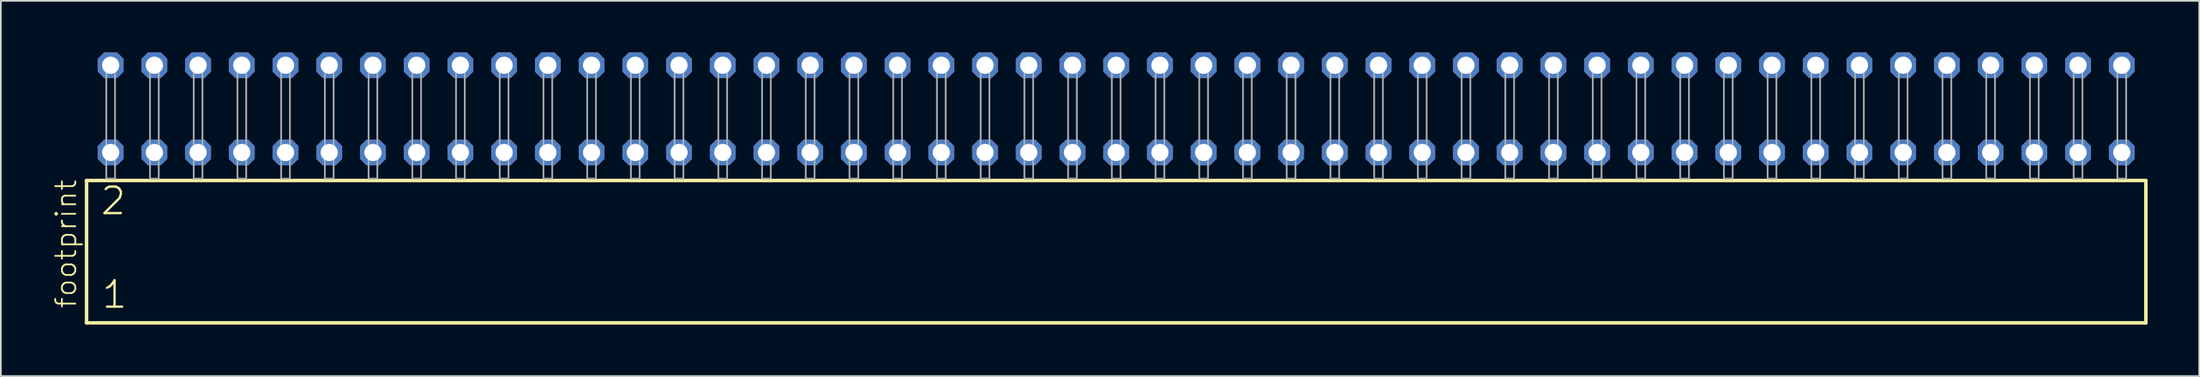
<source format=kicad_pcb>
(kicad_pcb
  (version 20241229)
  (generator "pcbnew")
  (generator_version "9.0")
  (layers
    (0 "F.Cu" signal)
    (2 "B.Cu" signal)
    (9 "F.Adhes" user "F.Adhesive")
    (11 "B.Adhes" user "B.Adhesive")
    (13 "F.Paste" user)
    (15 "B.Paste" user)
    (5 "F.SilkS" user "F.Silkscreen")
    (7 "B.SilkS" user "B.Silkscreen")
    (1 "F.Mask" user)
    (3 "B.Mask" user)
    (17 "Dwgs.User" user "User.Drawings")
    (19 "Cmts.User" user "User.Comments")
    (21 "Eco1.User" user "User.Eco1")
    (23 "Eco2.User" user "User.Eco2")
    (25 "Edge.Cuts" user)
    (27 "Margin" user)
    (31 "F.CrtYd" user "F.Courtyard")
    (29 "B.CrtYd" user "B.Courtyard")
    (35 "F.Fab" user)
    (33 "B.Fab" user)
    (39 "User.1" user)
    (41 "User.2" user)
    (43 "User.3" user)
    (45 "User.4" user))
  (footprint "footprint"
    (layer "F.Cu")
    (at 61.798 7.354)
    (property "Reference" "footprint" (at -60.325 7.62 90) (layer "F.SilkS") (effects (font (size 1.168 1.168) (thickness 0.102)) (justify left bottom)))
    (fp_line (start -59.819 0.106) (end -59.819 8.396) (stroke (width 0.203) (type solid)) (layer "F.SilkS"))
    (fp_line (start -59.819 8.396) (end 59.819 8.396) (stroke (width 0.203) (type solid)) (layer "F.SilkS"))
    (fp_line (start 59.819 0.106) (end -59.819 0.106) (stroke (width 0.203) (type solid)) (layer "F.SilkS"))
    (fp_line (start 59.819 8.396) (end 59.819 0.106) (stroke (width 0.203) (type solid)) (layer "F.SilkS"))
    (fp_poly (pts (xy -58.674 0) (xy -58.166 0) (xy -58.166 -6.858) (xy -58.674 -6.858)) (stroke (width 0.1) (type solid)) (fill no) (layer "F.Fab"))
    (fp_poly (pts (xy -56.134 0) (xy -55.626 0) (xy -55.626 -6.858) (xy -56.134 -6.858)) (stroke (width 0.1) (type solid)) (fill no) (layer "F.Fab"))
    (fp_poly (pts (xy -53.594 0) (xy -53.086 0) (xy -53.086 -6.858) (xy -53.594 -6.858)) (stroke (width 0.1) (type solid)) (fill no) (layer "F.Fab"))
    (fp_poly (pts (xy -51.054 0) (xy -50.546 0) (xy -50.546 -6.858) (xy -51.054 -6.858)) (stroke (width 0.1) (type solid)) (fill no) (layer "F.Fab"))
    (fp_poly (pts (xy -48.514 0) (xy -48.006 0) (xy -48.006 -6.858) (xy -48.514 -6.858)) (stroke (width 0.1) (type solid)) (fill no) (layer "F.Fab"))
    (fp_poly (pts (xy -45.974 0) (xy -45.466 0) (xy -45.466 -6.858) (xy -45.974 -6.858)) (stroke (width 0.1) (type solid)) (fill no) (layer "F.Fab"))
    (fp_poly (pts (xy -43.434 0) (xy -42.926 0) (xy -42.926 -6.858) (xy -43.434 -6.858)) (stroke (width 0.1) (type solid)) (fill no) (layer "F.Fab"))
    (fp_poly (pts (xy -40.894 0) (xy -40.386 0) (xy -40.386 -6.858) (xy -40.894 -6.858)) (stroke (width 0.1) (type solid)) (fill no) (layer "F.Fab"))
    (fp_poly (pts (xy -38.354 0) (xy -37.846 0) (xy -37.846 -6.858) (xy -38.354 -6.858)) (stroke (width 0.1) (type solid)) (fill no) (layer "F.Fab"))
    (fp_poly (pts (xy -35.814 0) (xy -35.306 0) (xy -35.306 -6.858) (xy -35.814 -6.858)) (stroke (width 0.1) (type solid)) (fill no) (layer "F.Fab"))
    (fp_poly (pts (xy -33.274 0) (xy -32.766 0) (xy -32.766 -6.858) (xy -33.274 -6.858)) (stroke (width 0.1) (type solid)) (fill no) (layer "F.Fab"))
    (fp_poly (pts (xy -30.734 0) (xy -30.226 0) (xy -30.226 -6.858) (xy -30.734 -6.858)) (stroke (width 0.1) (type solid)) (fill no) (layer "F.Fab"))
    (fp_poly (pts (xy -28.194 0) (xy -27.686 0) (xy -27.686 -6.858) (xy -28.194 -6.858)) (stroke (width 0.1) (type solid)) (fill no) (layer "F.Fab"))
    (fp_poly (pts (xy -25.654 0) (xy -25.146 0) (xy -25.146 -6.858) (xy -25.654 -6.858)) (stroke (width 0.1) (type solid)) (fill no) (layer "F.Fab"))
    (fp_poly (pts (xy -23.114 0) (xy -22.606 0) (xy -22.606 -6.858) (xy -23.114 -6.858)) (stroke (width 0.1) (type solid)) (fill no) (layer "F.Fab"))
    (fp_poly (pts (xy -20.574 0) (xy -20.066 0) (xy -20.066 -6.858) (xy -20.574 -6.858)) (stroke (width 0.1) (type solid)) (fill no) (layer "F.Fab"))
    (fp_poly (pts (xy -18.034 0) (xy -17.526 0) (xy -17.526 -6.858) (xy -18.034 -6.858)) (stroke (width 0.1) (type solid)) (fill no) (layer "F.Fab"))
    (fp_poly (pts (xy -15.494 0) (xy -14.986 0) (xy -14.986 -6.858) (xy -15.494 -6.858)) (stroke (width 0.1) (type solid)) (fill no) (layer "F.Fab"))
    (fp_poly (pts (xy -12.954 0) (xy -12.446 0) (xy -12.446 -6.858) (xy -12.954 -6.858)) (stroke (width 0.1) (type solid)) (fill no) (layer "F.Fab"))
    (fp_poly (pts (xy -10.414 0) (xy -9.906 0) (xy -9.906 -6.858) (xy -10.414 -6.858)) (stroke (width 0.1) (type solid)) (fill no) (layer "F.Fab"))
    (fp_poly (pts (xy -7.874 0) (xy -7.366 0) (xy -7.366 -6.858) (xy -7.874 -6.858)) (stroke (width 0.1) (type solid)) (fill no) (layer "F.Fab"))
    (fp_poly (pts (xy -5.334 0) (xy -4.826 0) (xy -4.826 -6.858) (xy -5.334 -6.858)) (stroke (width 0.1) (type solid)) (fill no) (layer "F.Fab"))
    (fp_poly (pts (xy -2.794 0) (xy -2.286 0) (xy -2.286 -6.858) (xy -2.794 -6.858)) (stroke (width 0.1) (type solid)) (fill no) (layer "F.Fab"))
    (fp_poly (pts (xy -0.254 0) (xy 0.254 0) (xy 0.254 -6.858) (xy -0.254 -6.858)) (stroke (width 0.1) (type solid)) (fill no) (layer "F.Fab"))
    (fp_poly (pts (xy 2.286 0) (xy 2.794 0) (xy 2.794 -6.858) (xy 2.286 -6.858)) (stroke (width 0.1) (type solid)) (fill no) (layer "F.Fab"))
    (fp_poly (pts (xy 4.826 0) (xy 5.334 0) (xy 5.334 -6.858) (xy 4.826 -6.858)) (stroke (width 0.1) (type solid)) (fill no) (layer "F.Fab"))
    (fp_poly (pts (xy 7.366 0) (xy 7.874 0) (xy 7.874 -6.858) (xy 7.366 -6.858)) (stroke (width 0.1) (type solid)) (fill no) (layer "F.Fab"))
    (fp_poly (pts (xy 9.906 0) (xy 10.414 0) (xy 10.414 -6.858) (xy 9.906 -6.858)) (stroke (width 0.1) (type solid)) (fill no) (layer "F.Fab"))
    (fp_poly (pts (xy 12.446 0) (xy 12.954 0) (xy 12.954 -6.858) (xy 12.446 -6.858)) (stroke (width 0.1) (type solid)) (fill no) (layer "F.Fab"))
    (fp_poly (pts (xy 14.986 0) (xy 15.494 0) (xy 15.494 -6.858) (xy 14.986 -6.858)) (stroke (width 0.1) (type solid)) (fill no) (layer "F.Fab"))
    (fp_poly (pts (xy 17.526 0) (xy 18.034 0) (xy 18.034 -6.858) (xy 17.526 -6.858)) (stroke (width 0.1) (type solid)) (fill no) (layer "F.Fab"))
    (fp_poly (pts (xy 20.066 0) (xy 20.574 0) (xy 20.574 -6.858) (xy 20.066 -6.858)) (stroke (width 0.1) (type solid)) (fill no) (layer "F.Fab"))
    (fp_poly (pts (xy 22.606 0) (xy 23.114 0) (xy 23.114 -6.858) (xy 22.606 -6.858)) (stroke (width 0.1) (type solid)) (fill no) (layer "F.Fab"))
    (fp_poly (pts (xy 25.146 0) (xy 25.654 0) (xy 25.654 -6.858) (xy 25.146 -6.858)) (stroke (width 0.1) (type solid)) (fill no) (layer "F.Fab"))
    (fp_poly (pts (xy 27.686 0) (xy 28.194 0) (xy 28.194 -6.858) (xy 27.686 -6.858)) (stroke (width 0.1) (type solid)) (fill no) (layer "F.Fab"))
    (fp_poly (pts (xy 30.226 0) (xy 30.734 0) (xy 30.734 -6.858) (xy 30.226 -6.858)) (stroke (width 0.1) (type solid)) (fill no) (layer "F.Fab"))
    (fp_poly (pts (xy 32.766 0) (xy 33.274 0) (xy 33.274 -6.858) (xy 32.766 -6.858)) (stroke (width 0.1) (type solid)) (fill no) (layer "F.Fab"))
    (fp_poly (pts (xy 35.306 0) (xy 35.814 0) (xy 35.814 -6.858) (xy 35.306 -6.858)) (stroke (width 0.1) (type solid)) (fill no) (layer "F.Fab"))
    (fp_poly (pts (xy 37.846 0) (xy 38.354 0) (xy 38.354 -6.858) (xy 37.846 -6.858)) (stroke (width 0.1) (type solid)) (fill no) (layer "F.Fab"))
    (fp_poly (pts (xy 40.386 0) (xy 40.894 0) (xy 40.894 -6.858) (xy 40.386 -6.858)) (stroke (width 0.1) (type solid)) (fill no) (layer "F.Fab"))
    (fp_poly (pts (xy 42.926 0) (xy 43.434 0) (xy 43.434 -6.858) (xy 42.926 -6.858)) (stroke (width 0.1) (type solid)) (fill no) (layer "F.Fab"))
    (fp_poly (pts (xy 45.466 0) (xy 45.974 0) (xy 45.974 -6.858) (xy 45.466 -6.858)) (stroke (width 0.1) (type solid)) (fill no) (layer "F.Fab"))
    (fp_poly (pts (xy 48.006 0) (xy 48.514 0) (xy 48.514 -6.858) (xy 48.006 -6.858)) (stroke (width 0.1) (type solid)) (fill no) (layer "F.Fab"))
    (fp_poly (pts (xy 50.546 0) (xy 51.054 0) (xy 51.054 -6.858) (xy 50.546 -6.858)) (stroke (width 0.1) (type solid)) (fill no) (layer "F.Fab"))
    (fp_poly (pts (xy 53.086 0) (xy 53.594 0) (xy 53.594 -6.858) (xy 53.086 -6.858)) (stroke (width 0.1) (type solid)) (fill no) (layer "F.Fab"))
    (fp_poly (pts (xy 55.626 0) (xy 56.134 0) (xy 56.134 -6.858) (xy 55.626 -6.858)) (stroke (width 0.1) (type solid)) (fill no) (layer "F.Fab"))
    (fp_poly (pts (xy 58.166 0) (xy 58.674 0) (xy 58.674 -6.858) (xy 58.166 -6.858)) (stroke (width 0.1) (type solid)) (fill no) (layer "F.Fab"))
    (fp_text user "1" (at -59.015 7.65 0) (layer "F.SilkS") (effects (font (size 1.542 1.542) (thickness 0.134)) (justify left bottom)))
    (fp_text user "2" (at -59.09 2.2 0) (layer "F.SilkS") (effects (font (size 1.542 1.542) (thickness 0.134)) (justify left bottom)))
    (pad "1" thru_hole roundrect (at -58.42 -1.524) (size 1.5 1.5) (drill 1) (layers "*.Cu" "*.Mask") (roundrect_rratio 0.25) (chamfer_ratio 0.25) (chamfer top_left top_right bottom_left bottom_right))
    (pad "2" thru_hole roundrect (at -58.42 -6.604) (size 1.5 1.5) (drill 1) (layers "*.Cu" "*.Mask") (roundrect_rratio 0.25) (chamfer_ratio 0.25) (chamfer top_left top_right bottom_left bottom_right))
    (pad "3" thru_hole roundrect (at -55.88 -1.524) (size 1.5 1.5) (drill 1) (layers "*.Cu" "*.Mask") (roundrect_rratio 0.25) (chamfer_ratio 0.25) (chamfer top_left top_right bottom_left bottom_right))
    (pad "4" thru_hole roundrect (at -55.88 -6.604) (size 1.5 1.5) (drill 1) (layers "*.Cu" "*.Mask") (roundrect_rratio 0.25) (chamfer_ratio 0.25) (chamfer top_left top_right bottom_left bottom_right))
    (pad "5" thru_hole roundrect (at -53.34 -1.524) (size 1.5 1.5) (drill 1) (layers "*.Cu" "*.Mask") (roundrect_rratio 0.25) (chamfer_ratio 0.25) (chamfer top_left top_right bottom_left bottom_right))
    (pad "6" thru_hole roundrect (at -53.34 -6.604) (size 1.5 1.5) (drill 1) (layers "*.Cu" "*.Mask") (roundrect_rratio 0.25) (chamfer_ratio 0.25) (chamfer top_left top_right bottom_left bottom_right))
    (pad "7" thru_hole roundrect (at -50.8 -1.524) (size 1.5 1.5) (drill 1) (layers "*.Cu" "*.Mask") (roundrect_rratio 0.25) (chamfer_ratio 0.25) (chamfer top_left top_right bottom_left bottom_right))
    (pad "8" thru_hole roundrect (at -50.8 -6.604) (size 1.5 1.5) (drill 1) (layers "*.Cu" "*.Mask") (roundrect_rratio 0.25) (chamfer_ratio 0.25) (chamfer top_left top_right bottom_left bottom_right))
    (pad "9" thru_hole roundrect (at -48.26 -1.524) (size 1.5 1.5) (drill 1) (layers "*.Cu" "*.Mask") (roundrect_rratio 0.25) (chamfer_ratio 0.25) (chamfer top_left top_right bottom_left bottom_right))
    (pad "10" thru_hole roundrect (at -48.26 -6.604) (size 1.5 1.5) (drill 1) (layers "*.Cu" "*.Mask") (roundrect_rratio 0.25) (chamfer_ratio 0.25) (chamfer top_left top_right bottom_left bottom_right))
    (pad "11" thru_hole roundrect (at -45.72 -1.524) (size 1.5 1.5) (drill 1) (layers "*.Cu" "*.Mask") (roundrect_rratio 0.25) (chamfer_ratio 0.25) (chamfer top_left top_right bottom_left bottom_right))
    (pad "12" thru_hole roundrect (at -45.72 -6.604) (size 1.5 1.5) (drill 1) (layers "*.Cu" "*.Mask") (roundrect_rratio 0.25) (chamfer_ratio 0.25) (chamfer top_left top_right bottom_left bottom_right))
    (pad "13" thru_hole roundrect (at -43.18 -1.524) (size 1.5 1.5) (drill 1) (layers "*.Cu" "*.Mask") (roundrect_rratio 0.25) (chamfer_ratio 0.25) (chamfer top_left top_right bottom_left bottom_right))
    (pad "14" thru_hole roundrect (at -43.18 -6.604) (size 1.5 1.5) (drill 1) (layers "*.Cu" "*.Mask") (roundrect_rratio 0.25) (chamfer_ratio 0.25) (chamfer top_left top_right bottom_left bottom_right))
    (pad "15" thru_hole roundrect (at -40.64 -1.524) (size 1.5 1.5) (drill 1) (layers "*.Cu" "*.Mask") (roundrect_rratio 0.25) (chamfer_ratio 0.25) (chamfer top_left top_right bottom_left bottom_right))
    (pad "16" thru_hole roundrect (at -40.64 -6.604) (size 1.5 1.5) (drill 1) (layers "*.Cu" "*.Mask") (roundrect_rratio 0.25) (chamfer_ratio 0.25) (chamfer top_left top_right bottom_left bottom_right))
    (pad "17" thru_hole roundrect (at -38.1 -1.524) (size 1.5 1.5) (drill 1) (layers "*.Cu" "*.Mask") (roundrect_rratio 0.25) (chamfer_ratio 0.25) (chamfer top_left top_right bottom_left bottom_right))
    (pad "18" thru_hole roundrect (at -38.1 -6.604) (size 1.5 1.5) (drill 1) (layers "*.Cu" "*.Mask") (roundrect_rratio 0.25) (chamfer_ratio 0.25) (chamfer top_left top_right bottom_left bottom_right))
    (pad "19" thru_hole roundrect (at -35.56 -1.524) (size 1.5 1.5) (drill 1) (layers "*.Cu" "*.Mask") (roundrect_rratio 0.25) (chamfer_ratio 0.25) (chamfer top_left top_right bottom_left bottom_right))
    (pad "20" thru_hole roundrect (at -35.56 -6.604) (size 1.5 1.5) (drill 1) (layers "*.Cu" "*.Mask") (roundrect_rratio 0.25) (chamfer_ratio 0.25) (chamfer top_left top_right bottom_left bottom_right))
    (pad "21" thru_hole roundrect (at -33.02 -1.524) (size 1.5 1.5) (drill 1) (layers "*.Cu" "*.Mask") (roundrect_rratio 0.25) (chamfer_ratio 0.25) (chamfer top_left top_right bottom_left bottom_right))
    (pad "22" thru_hole roundrect (at -33.02 -6.604) (size 1.5 1.5) (drill 1) (layers "*.Cu" "*.Mask") (roundrect_rratio 0.25) (chamfer_ratio 0.25) (chamfer top_left top_right bottom_left bottom_right))
    (pad "23" thru_hole roundrect (at -30.48 -1.524) (size 1.5 1.5) (drill 1) (layers "*.Cu" "*.Mask") (roundrect_rratio 0.25) (chamfer_ratio 0.25) (chamfer top_left top_right bottom_left bottom_right))
    (pad "24" thru_hole roundrect (at -30.48 -6.604) (size 1.5 1.5) (drill 1) (layers "*.Cu" "*.Mask") (roundrect_rratio 0.25) (chamfer_ratio 0.25) (chamfer top_left top_right bottom_left bottom_right))
    (pad "25" thru_hole roundrect (at -27.94 -1.524) (size 1.5 1.5) (drill 1) (layers "*.Cu" "*.Mask") (roundrect_rratio 0.25) (chamfer_ratio 0.25) (chamfer top_left top_right bottom_left bottom_right))
    (pad "26" thru_hole roundrect (at -27.94 -6.604) (size 1.5 1.5) (drill 1) (layers "*.Cu" "*.Mask") (roundrect_rratio 0.25) (chamfer_ratio 0.25) (chamfer top_left top_right bottom_left bottom_right))
    (pad "27" thru_hole roundrect (at -25.4 -1.524) (size 1.5 1.5) (drill 1) (layers "*.Cu" "*.Mask") (roundrect_rratio 0.25) (chamfer_ratio 0.25) (chamfer top_left top_right bottom_left bottom_right))
    (pad "28" thru_hole roundrect (at -25.4 -6.604) (size 1.5 1.5) (drill 1) (layers "*.Cu" "*.Mask") (roundrect_rratio 0.25) (chamfer_ratio 0.25) (chamfer top_left top_right bottom_left bottom_right))
    (pad "29" thru_hole roundrect (at -22.86 -1.524) (size 1.5 1.5) (drill 1) (layers "*.Cu" "*.Mask") (roundrect_rratio 0.25) (chamfer_ratio 0.25) (chamfer top_left top_right bottom_left bottom_right))
    (pad "30" thru_hole roundrect (at -22.86 -6.604) (size 1.5 1.5) (drill 1) (layers "*.Cu" "*.Mask") (roundrect_rratio 0.25) (chamfer_ratio 0.25) (chamfer top_left top_right bottom_left bottom_right))
    (pad "31" thru_hole roundrect (at -20.32 -1.524) (size 1.5 1.5) (drill 1) (layers "*.Cu" "*.Mask") (roundrect_rratio 0.25) (chamfer_ratio 0.25) (chamfer top_left top_right bottom_left bottom_right))
    (pad "32" thru_hole roundrect (at -20.32 -6.604) (size 1.5 1.5) (drill 1) (layers "*.Cu" "*.Mask") (roundrect_rratio 0.25) (chamfer_ratio 0.25) (chamfer top_left top_right bottom_left bottom_right))
    (pad "33" thru_hole roundrect (at -17.78 -1.524) (size 1.5 1.5) (drill 1) (layers "*.Cu" "*.Mask") (roundrect_rratio 0.25) (chamfer_ratio 0.25) (chamfer top_left top_right bottom_left bottom_right))
    (pad "34" thru_hole roundrect (at -17.78 -6.604) (size 1.5 1.5) (drill 1) (layers "*.Cu" "*.Mask") (roundrect_rratio 0.25) (chamfer_ratio 0.25) (chamfer top_left top_right bottom_left bottom_right))
    (pad "35" thru_hole roundrect (at -15.24 -1.524) (size 1.5 1.5) (drill 1) (layers "*.Cu" "*.Mask") (roundrect_rratio 0.25) (chamfer_ratio 0.25) (chamfer top_left top_right bottom_left bottom_right))
    (pad "36" thru_hole roundrect (at -15.24 -6.604) (size 1.5 1.5) (drill 1) (layers "*.Cu" "*.Mask") (roundrect_rratio 0.25) (chamfer_ratio 0.25) (chamfer top_left top_right bottom_left bottom_right))
    (pad "37" thru_hole roundrect (at -12.7 -1.524) (size 1.5 1.5) (drill 1) (layers "*.Cu" "*.Mask") (roundrect_rratio 0.25) (chamfer_ratio 0.25) (chamfer top_left top_right bottom_left bottom_right))
    (pad "38" thru_hole roundrect (at -12.7 -6.604) (size 1.5 1.5) (drill 1) (layers "*.Cu" "*.Mask") (roundrect_rratio 0.25) (chamfer_ratio 0.25) (chamfer top_left top_right bottom_left bottom_right))
    (pad "39" thru_hole roundrect (at -10.16 -1.524) (size 1.5 1.5) (drill 1) (layers "*.Cu" "*.Mask") (roundrect_rratio 0.25) (chamfer_ratio 0.25) (chamfer top_left top_right bottom_left bottom_right))
    (pad "40" thru_hole roundrect (at -10.16 -6.604) (size 1.5 1.5) (drill 1) (layers "*.Cu" "*.Mask") (roundrect_rratio 0.25) (chamfer_ratio 0.25) (chamfer top_left top_right bottom_left bottom_right))
    (pad "41" thru_hole roundrect (at -7.62 -1.524) (size 1.5 1.5) (drill 1) (layers "*.Cu" "*.Mask") (roundrect_rratio 0.25) (chamfer_ratio 0.25) (chamfer top_left top_right bottom_left bottom_right))
    (pad "42" thru_hole roundrect (at -7.62 -6.604) (size 1.5 1.5) (drill 1) (layers "*.Cu" "*.Mask") (roundrect_rratio 0.25) (chamfer_ratio 0.25) (chamfer top_left top_right bottom_left bottom_right))
    (pad "43" thru_hole roundrect (at -5.08 -1.524) (size 1.5 1.5) (drill 1) (layers "*.Cu" "*.Mask") (roundrect_rratio 0.25) (chamfer_ratio 0.25) (chamfer top_left top_right bottom_left bottom_right))
    (pad "44" thru_hole roundrect (at -5.08 -6.604) (size 1.5 1.5) (drill 1) (layers "*.Cu" "*.Mask") (roundrect_rratio 0.25) (chamfer_ratio 0.25) (chamfer top_left top_right bottom_left bottom_right))
    (pad "45" thru_hole roundrect (at -2.54 -1.524) (size 1.5 1.5) (drill 1) (layers "*.Cu" "*.Mask") (roundrect_rratio 0.25) (chamfer_ratio 0.25) (chamfer top_left top_right bottom_left bottom_right))
    (pad "46" thru_hole roundrect (at -2.54 -6.604) (size 1.5 1.5) (drill 1) (layers "*.Cu" "*.Mask") (roundrect_rratio 0.25) (chamfer_ratio 0.25) (chamfer top_left top_right bottom_left bottom_right))
    (pad "47" thru_hole roundrect (at 0 -1.524) (size 1.5 1.5) (drill 1) (layers "*.Cu" "*.Mask") (roundrect_rratio 0.25) (chamfer_ratio 0.25) (chamfer top_left top_right bottom_left bottom_right))
    (pad "48" thru_hole roundrect (at 0 -6.604) (size 1.5 1.5) (drill 1) (layers "*.Cu" "*.Mask") (roundrect_rratio 0.25) (chamfer_ratio 0.25) (chamfer top_left top_right bottom_left bottom_right))
    (pad "49" thru_hole roundrect (at 2.54 -1.524) (size 1.5 1.5) (drill 1) (layers "*.Cu" "*.Mask") (roundrect_rratio 0.25) (chamfer_ratio 0.25) (chamfer top_left top_right bottom_left bottom_right))
    (pad "50" thru_hole roundrect (at 2.54 -6.604) (size 1.5 1.5) (drill 1) (layers "*.Cu" "*.Mask") (roundrect_rratio 0.25) (chamfer_ratio 0.25) (chamfer top_left top_right bottom_left bottom_right))
    (pad "51" thru_hole roundrect (at 5.08 -1.524) (size 1.5 1.5) (drill 1) (layers "*.Cu" "*.Mask") (roundrect_rratio 0.25) (chamfer_ratio 0.25) (chamfer top_left top_right bottom_left bottom_right))
    (pad "52" thru_hole roundrect (at 5.08 -6.604) (size 1.5 1.5) (drill 1) (layers "*.Cu" "*.Mask") (roundrect_rratio 0.25) (chamfer_ratio 0.25) (chamfer top_left top_right bottom_left bottom_right))
    (pad "53" thru_hole roundrect (at 7.62 -1.524) (size 1.5 1.5) (drill 1) (layers "*.Cu" "*.Mask") (roundrect_rratio 0.25) (chamfer_ratio 0.25) (chamfer top_left top_right bottom_left bottom_right))
    (pad "54" thru_hole roundrect (at 7.62 -6.604) (size 1.5 1.5) (drill 1) (layers "*.Cu" "*.Mask") (roundrect_rratio 0.25) (chamfer_ratio 0.25) (chamfer top_left top_right bottom_left bottom_right))
    (pad "55" thru_hole roundrect (at 10.16 -1.524) (size 1.5 1.5) (drill 1) (layers "*.Cu" "*.Mask") (roundrect_rratio 0.25) (chamfer_ratio 0.25) (chamfer top_left top_right bottom_left bottom_right))
    (pad "56" thru_hole roundrect (at 10.16 -6.604) (size 1.5 1.5) (drill 1) (layers "*.Cu" "*.Mask") (roundrect_rratio 0.25) (chamfer_ratio 0.25) (chamfer top_left top_right bottom_left bottom_right))
    (pad "57" thru_hole roundrect (at 12.7 -1.524) (size 1.5 1.5) (drill 1) (layers "*.Cu" "*.Mask") (roundrect_rratio 0.25) (chamfer_ratio 0.25) (chamfer top_left top_right bottom_left bottom_right))
    (pad "58" thru_hole roundrect (at 12.7 -6.604) (size 1.5 1.5) (drill 1) (layers "*.Cu" "*.Mask") (roundrect_rratio 0.25) (chamfer_ratio 0.25) (chamfer top_left top_right bottom_left bottom_right))
    (pad "59" thru_hole roundrect (at 15.24 -1.524) (size 1.5 1.5) (drill 1) (layers "*.Cu" "*.Mask") (roundrect_rratio 0.25) (chamfer_ratio 0.25) (chamfer top_left top_right bottom_left bottom_right))
    (pad "60" thru_hole roundrect (at 15.24 -6.604) (size 1.5 1.5) (drill 1) (layers "*.Cu" "*.Mask") (roundrect_rratio 0.25) (chamfer_ratio 0.25) (chamfer top_left top_right bottom_left bottom_right))
    (pad "61" thru_hole roundrect (at 17.78 -1.524) (size 1.5 1.5) (drill 1) (layers "*.Cu" "*.Mask") (roundrect_rratio 0.25) (chamfer_ratio 0.25) (chamfer top_left top_right bottom_left bottom_right))
    (pad "62" thru_hole roundrect (at 17.78 -6.604) (size 1.5 1.5) (drill 1) (layers "*.Cu" "*.Mask") (roundrect_rratio 0.25) (chamfer_ratio 0.25) (chamfer top_left top_right bottom_left bottom_right))
    (pad "63" thru_hole roundrect (at 20.32 -1.524) (size 1.5 1.5) (drill 1) (layers "*.Cu" "*.Mask") (roundrect_rratio 0.25) (chamfer_ratio 0.25) (chamfer top_left top_right bottom_left bottom_right))
    (pad "64" thru_hole roundrect (at 20.32 -6.604) (size 1.5 1.5) (drill 1) (layers "*.Cu" "*.Mask") (roundrect_rratio 0.25) (chamfer_ratio 0.25) (chamfer top_left top_right bottom_left bottom_right))
    (pad "65" thru_hole roundrect (at 22.86 -1.524) (size 1.5 1.5) (drill 1) (layers "*.Cu" "*.Mask") (roundrect_rratio 0.25) (chamfer_ratio 0.25) (chamfer top_left top_right bottom_left bottom_right))
    (pad "66" thru_hole roundrect (at 22.86 -6.604) (size 1.5 1.5) (drill 1) (layers "*.Cu" "*.Mask") (roundrect_rratio 0.25) (chamfer_ratio 0.25) (chamfer top_left top_right bottom_left bottom_right))
    (pad "67" thru_hole roundrect (at 25.4 -1.524) (size 1.5 1.5) (drill 1) (layers "*.Cu" "*.Mask") (roundrect_rratio 0.25) (chamfer_ratio 0.25) (chamfer top_left top_right bottom_left bottom_right))
    (pad "68" thru_hole roundrect (at 25.4 -6.604) (size 1.5 1.5) (drill 1) (layers "*.Cu" "*.Mask") (roundrect_rratio 0.25) (chamfer_ratio 0.25) (chamfer top_left top_right bottom_left bottom_right))
    (pad "69" thru_hole roundrect (at 27.94 -1.524) (size 1.5 1.5) (drill 1) (layers "*.Cu" "*.Mask") (roundrect_rratio 0.25) (chamfer_ratio 0.25) (chamfer top_left top_right bottom_left bottom_right))
    (pad "70" thru_hole roundrect (at 27.94 -6.604) (size 1.5 1.5) (drill 1) (layers "*.Cu" "*.Mask") (roundrect_rratio 0.25) (chamfer_ratio 0.25) (chamfer top_left top_right bottom_left bottom_right))
    (pad "71" thru_hole roundrect (at 30.48 -1.524) (size 1.5 1.5) (drill 1) (layers "*.Cu" "*.Mask") (roundrect_rratio 0.25) (chamfer_ratio 0.25) (chamfer top_left top_right bottom_left bottom_right))
    (pad "72" thru_hole roundrect (at 30.48 -6.604) (size 1.5 1.5) (drill 1) (layers "*.Cu" "*.Mask") (roundrect_rratio 0.25) (chamfer_ratio 0.25) (chamfer top_left top_right bottom_left bottom_right))
    (pad "73" thru_hole roundrect (at 33.02 -1.524) (size 1.5 1.5) (drill 1) (layers "*.Cu" "*.Mask") (roundrect_rratio 0.25) (chamfer_ratio 0.25) (chamfer top_left top_right bottom_left bottom_right))
    (pad "74" thru_hole roundrect (at 33.02 -6.604) (size 1.5 1.5) (drill 1) (layers "*.Cu" "*.Mask") (roundrect_rratio 0.25) (chamfer_ratio 0.25) (chamfer top_left top_right bottom_left bottom_right))
    (pad "75" thru_hole roundrect (at 35.56 -1.524) (size 1.5 1.5) (drill 1) (layers "*.Cu" "*.Mask") (roundrect_rratio 0.25) (chamfer_ratio 0.25) (chamfer top_left top_right bottom_left bottom_right))
    (pad "76" thru_hole roundrect (at 35.56 -6.604) (size 1.5 1.5) (drill 1) (layers "*.Cu" "*.Mask") (roundrect_rratio 0.25) (chamfer_ratio 0.25) (chamfer top_left top_right bottom_left bottom_right))
    (pad "77" thru_hole roundrect (at 38.1 -1.524) (size 1.5 1.5) (drill 1) (layers "*.Cu" "*.Mask") (roundrect_rratio 0.25) (chamfer_ratio 0.25) (chamfer top_left top_right bottom_left bottom_right))
    (pad "78" thru_hole roundrect (at 38.1 -6.604) (size 1.5 1.5) (drill 1) (layers "*.Cu" "*.Mask") (roundrect_rratio 0.25) (chamfer_ratio 0.25) (chamfer top_left top_right bottom_left bottom_right))
    (pad "79" thru_hole roundrect (at 40.64 -1.524) (size 1.5 1.5) (drill 1) (layers "*.Cu" "*.Mask") (roundrect_rratio 0.25) (chamfer_ratio 0.25) (chamfer top_left top_right bottom_left bottom_right))
    (pad "80" thru_hole roundrect (at 40.64 -6.604) (size 1.5 1.5) (drill 1) (layers "*.Cu" "*.Mask") (roundrect_rratio 0.25) (chamfer_ratio 0.25) (chamfer top_left top_right bottom_left bottom_right))
    (pad "81" thru_hole roundrect (at 43.18 -1.524) (size 1.5 1.5) (drill 1) (layers "*.Cu" "*.Mask") (roundrect_rratio 0.25) (chamfer_ratio 0.25) (chamfer top_left top_right bottom_left bottom_right))
    (pad "82" thru_hole roundrect (at 43.18 -6.604) (size 1.5 1.5) (drill 1) (layers "*.Cu" "*.Mask") (roundrect_rratio 0.25) (chamfer_ratio 0.25) (chamfer top_left top_right bottom_left bottom_right))
    (pad "83" thru_hole roundrect (at 45.72 -1.524) (size 1.5 1.5) (drill 1) (layers "*.Cu" "*.Mask") (roundrect_rratio 0.25) (chamfer_ratio 0.25) (chamfer top_left top_right bottom_left bottom_right))
    (pad "84" thru_hole roundrect (at 45.72 -6.604) (size 1.5 1.5) (drill 1) (layers "*.Cu" "*.Mask") (roundrect_rratio 0.25) (chamfer_ratio 0.25) (chamfer top_left top_right bottom_left bottom_right))
    (pad "85" thru_hole roundrect (at 48.26 -1.524) (size 1.5 1.5) (drill 1) (layers "*.Cu" "*.Mask") (roundrect_rratio 0.25) (chamfer_ratio 0.25) (chamfer top_left top_right bottom_left bottom_right))
    (pad "86" thru_hole roundrect (at 48.26 -6.604) (size 1.5 1.5) (drill 1) (layers "*.Cu" "*.Mask") (roundrect_rratio 0.25) (chamfer_ratio 0.25) (chamfer top_left top_right bottom_left bottom_right))
    (pad "87" thru_hole roundrect (at 50.8 -1.524) (size 1.5 1.5) (drill 1) (layers "*.Cu" "*.Mask") (roundrect_rratio 0.25) (chamfer_ratio 0.25) (chamfer top_left top_right bottom_left bottom_right))
    (pad "88" thru_hole roundrect (at 50.8 -6.604) (size 1.5 1.5) (drill 1) (layers "*.Cu" "*.Mask") (roundrect_rratio 0.25) (chamfer_ratio 0.25) (chamfer top_left top_right bottom_left bottom_right))
    (pad "89" thru_hole roundrect (at 53.34 -1.524) (size 1.5 1.5) (drill 1) (layers "*.Cu" "*.Mask") (roundrect_rratio 0.25) (chamfer_ratio 0.25) (chamfer top_left top_right bottom_left bottom_right))
    (pad "90" thru_hole roundrect (at 53.34 -6.604) (size 1.5 1.5) (drill 1) (layers "*.Cu" "*.Mask") (roundrect_rratio 0.25) (chamfer_ratio 0.25) (chamfer top_left top_right bottom_left bottom_right))
    (pad "91" thru_hole roundrect (at 55.88 -1.524) (size 1.5 1.5) (drill 1) (layers "*.Cu" "*.Mask") (roundrect_rratio 0.25) (chamfer_ratio 0.25) (chamfer top_left top_right bottom_left bottom_right))
    (pad "92" thru_hole roundrect (at 55.88 -6.604) (size 1.5 1.5) (drill 1) (layers "*.Cu" "*.Mask") (roundrect_rratio 0.25) (chamfer_ratio 0.25) (chamfer top_left top_right bottom_left bottom_right))
    (pad "93" thru_hole roundrect (at 58.42 -1.524) (size 1.5 1.5) (drill 1) (layers "*.Cu" "*.Mask") (roundrect_rratio 0.25) (chamfer_ratio 0.25) (chamfer top_left top_right bottom_left bottom_right))
    (pad "94" thru_hole roundrect (at 58.42 -6.604) (size 1.5 1.5) (drill 1) (layers "*.Cu" "*.Mask") (roundrect_rratio 0.25) (chamfer_ratio 0.25) (chamfer top_left top_right bottom_left bottom_right)))
  (gr_rect
    (start -3 -3)
    (end 124.719 18.852)
    (stroke (width 0.1) (type default))
    (fill no)
    (layer "Edge.Cuts")))
</source>
